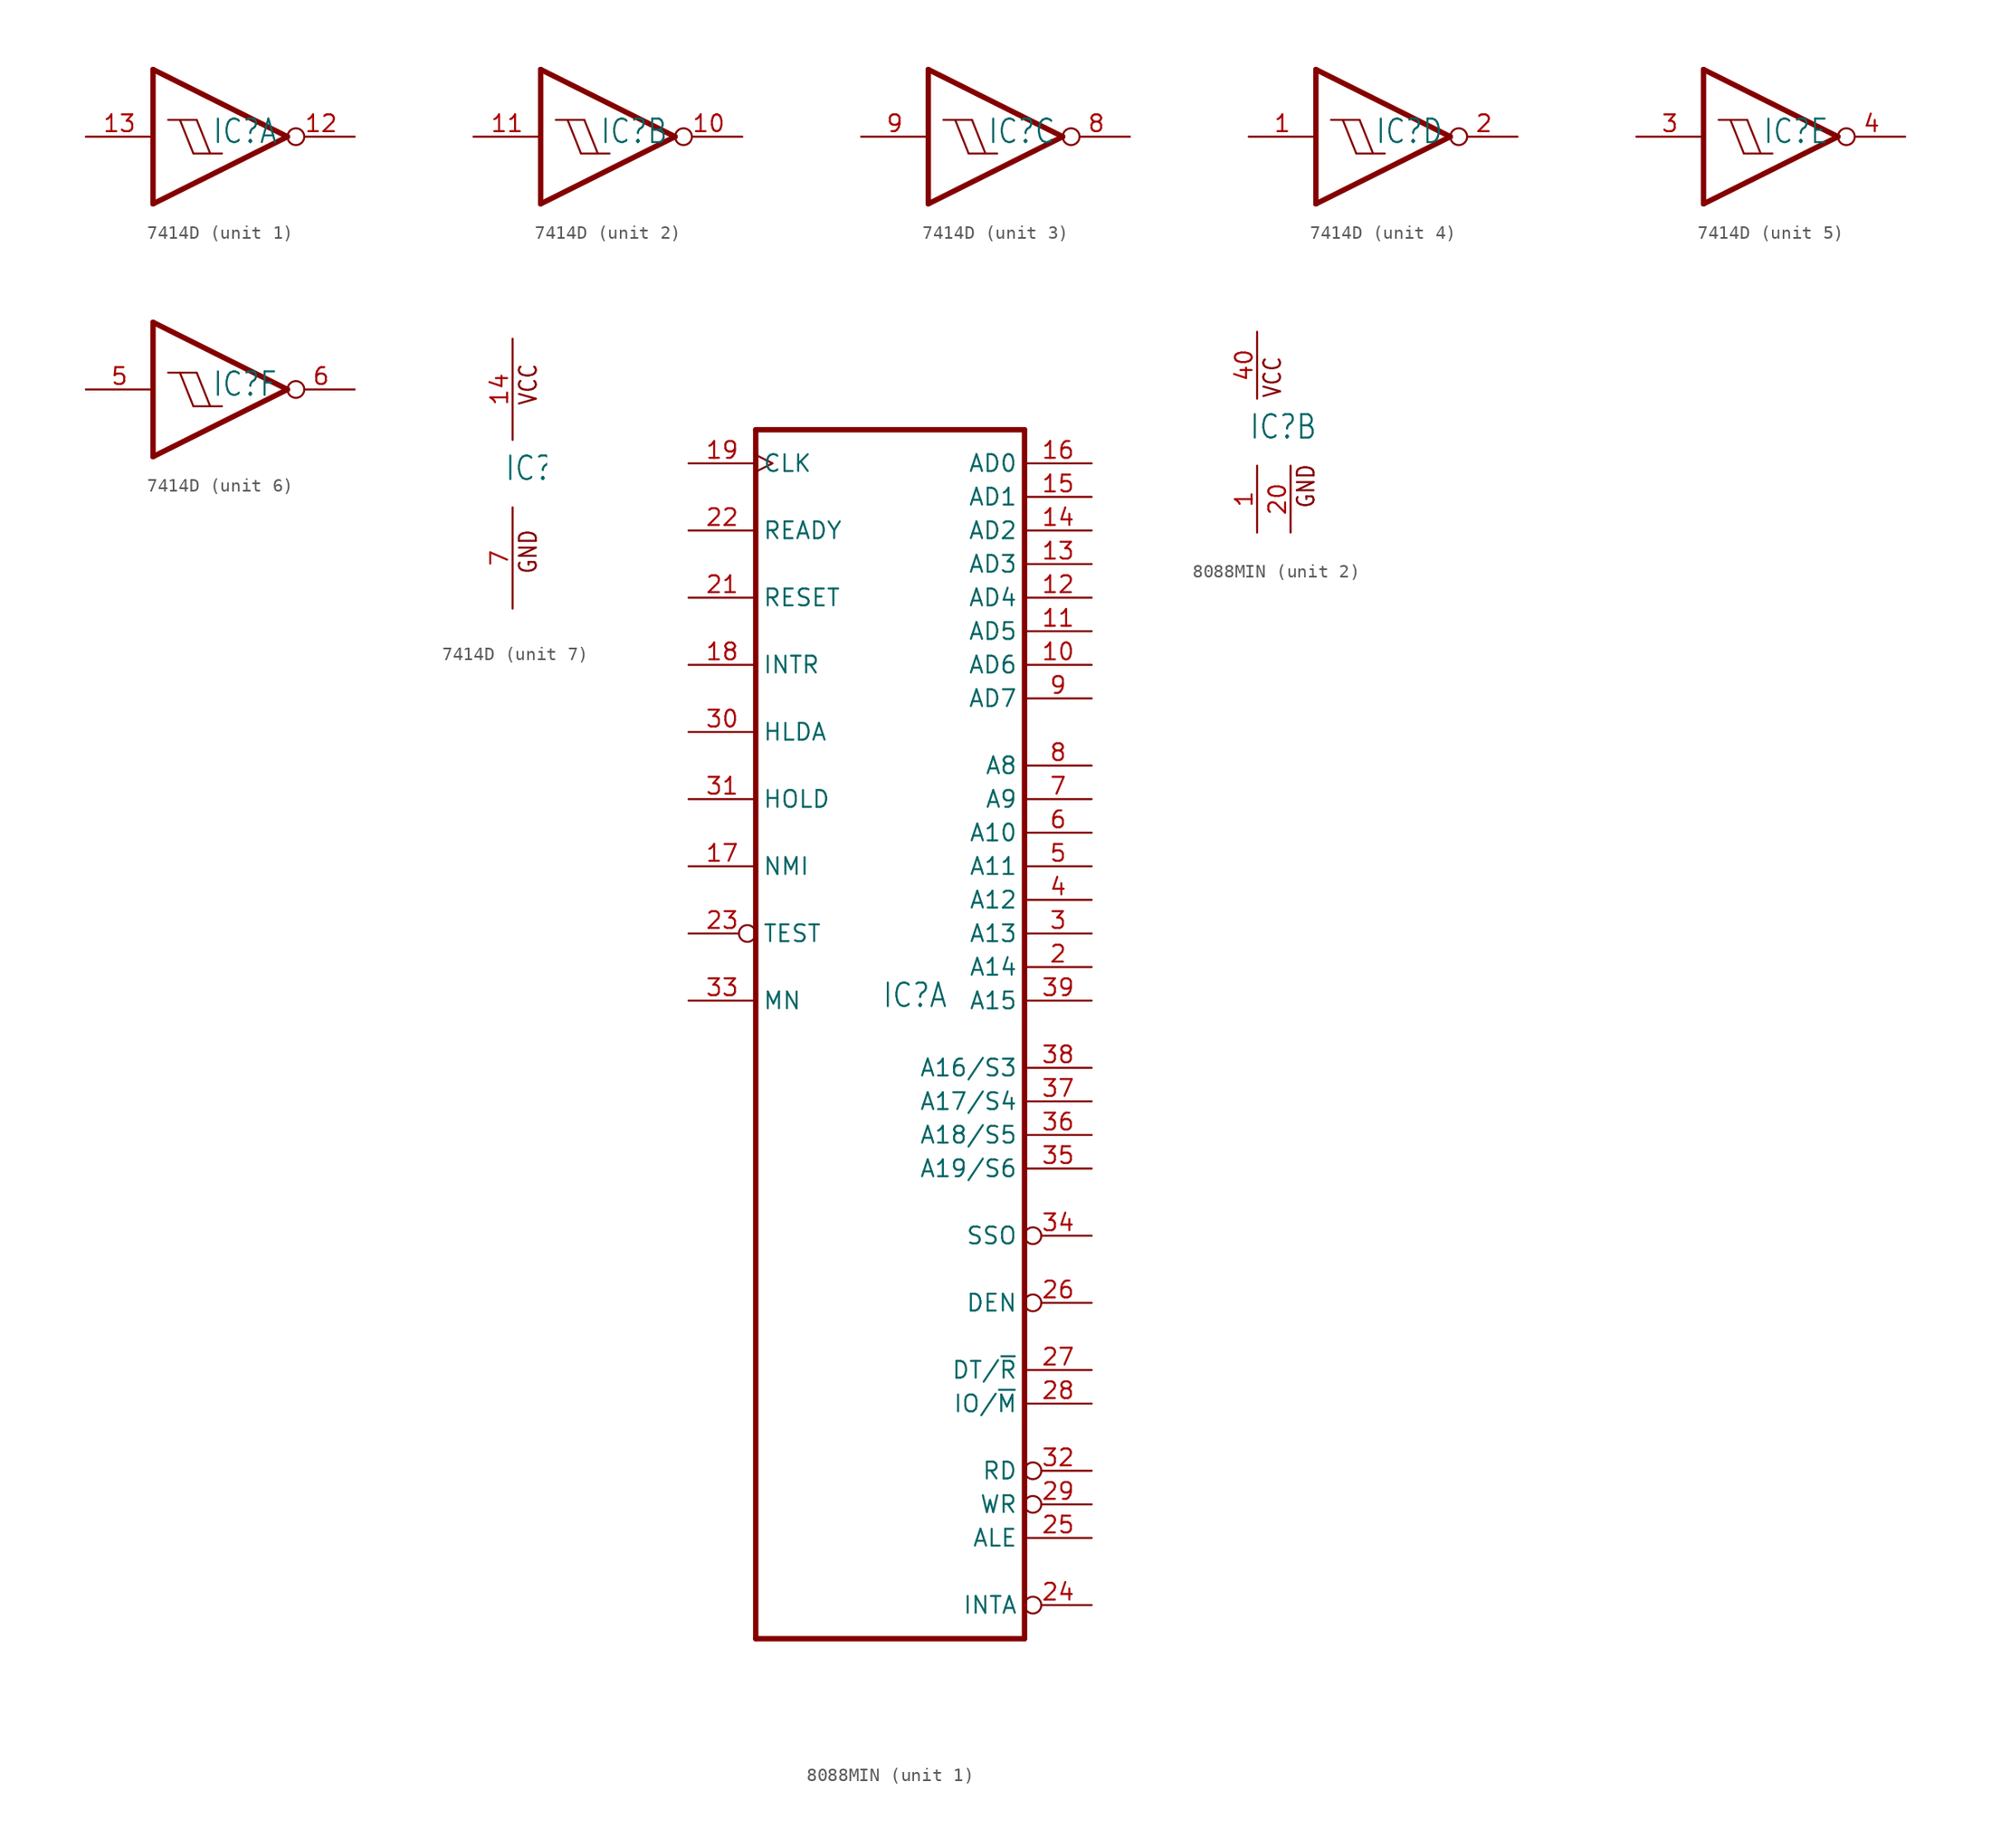
<source format=kicad_sym>
(kicad_symbol_lib
  (version 20211014)
  (generator kicad_symbol_editor)
  (symbol "7414D"
    (property "Reference" "IC"
      (at -0.635 -0.635 0)
      (effects (font (size 1.778 1.511)) (justify left bottom)))
    (property "ki_locked" ""
      (at 0 0 0)
      (effects (font (size 1.27 1.27))))
    (symbol "7414D_1_0"
      (polyline (pts (xy -5.08 -5.08) (xy -5.08 5.08)) (stroke (width 0.406) (type default) (color 0 0 0 0)) (fill (type none)))
      (polyline (pts (xy -5.08 5.08) (xy 5.08 0)) (stroke (width 0.406) (type default) (color 0 0 0 0)) (fill (type none)))
      (polyline (pts (xy -3.937 1.27) (xy -3.048 1.27)) (stroke (width 0.152) (type default) (color 0 0 0 0)) (fill (type none)))
      (polyline (pts (xy -3.048 1.27) (xy -1.778 1.27)) (stroke (width 0.152) (type default) (color 0 0 0 0)) (fill (type none)))
      (polyline (pts (xy -2.032 -1.27) (xy -3.048 1.27)) (stroke (width 0.152) (type default) (color 0 0 0 0)) (fill (type none)))
      (polyline (pts (xy -2.032 -1.27) (xy -0.762 -1.27)) (stroke (width 0.152) (type default) (color 0 0 0 0)) (fill (type none)))
      (polyline (pts (xy -0.762 -1.27) (xy -1.778 1.27)) (stroke (width 0.152) (type default) (color 0 0 0 0)) (fill (type none)))
      (polyline (pts (xy -0.762 -1.27) (xy 0.127 -1.27)) (stroke (width 0.152) (type default) (color 0 0 0 0)) (fill (type none)))
      (polyline (pts (xy 5.08 0) (xy -5.08 -5.08)) (stroke (width 0.406) (type default) (color 0 0 0 0)) (fill (type none)))
      (pin output inverted (at 10.16 0 180) (length 5.08) (name "O" (effects (font (size 0 0)))) (number "12" (effects (font (size 1.27 1.27)))))
      (pin input line (at -10.16 0 0) (length 5.08) (name "I" (effects (font (size 0 0)))) (number "13" (effects (font (size 1.27 1.27))))))
    (symbol "7414D_2_0"
      (polyline (pts (xy -5.08 -5.08) (xy -5.08 5.08)) (stroke (width 0.406) (type default) (color 0 0 0 0)) (fill (type none)))
      (polyline (pts (xy -5.08 5.08) (xy 5.08 0)) (stroke (width 0.406) (type default) (color 0 0 0 0)) (fill (type none)))
      (polyline (pts (xy -3.937 1.27) (xy -3.048 1.27)) (stroke (width 0.152) (type default) (color 0 0 0 0)) (fill (type none)))
      (polyline (pts (xy -3.048 1.27) (xy -1.778 1.27)) (stroke (width 0.152) (type default) (color 0 0 0 0)) (fill (type none)))
      (polyline (pts (xy -2.032 -1.27) (xy -3.048 1.27)) (stroke (width 0.152) (type default) (color 0 0 0 0)) (fill (type none)))
      (polyline (pts (xy -2.032 -1.27) (xy -0.762 -1.27)) (stroke (width 0.152) (type default) (color 0 0 0 0)) (fill (type none)))
      (polyline (pts (xy -0.762 -1.27) (xy -1.778 1.27)) (stroke (width 0.152) (type default) (color 0 0 0 0)) (fill (type none)))
      (polyline (pts (xy -0.762 -1.27) (xy 0.127 -1.27)) (stroke (width 0.152) (type default) (color 0 0 0 0)) (fill (type none)))
      (polyline (pts (xy 5.08 0) (xy -5.08 -5.08)) (stroke (width 0.406) (type default) (color 0 0 0 0)) (fill (type none)))
      (pin output inverted (at 10.16 0 180) (length 5.08) (name "O" (effects (font (size 0 0)))) (number "10" (effects (font (size 1.27 1.27)))))
      (pin input line (at -10.16 0 0) (length 5.08) (name "I" (effects (font (size 0 0)))) (number "11" (effects (font (size 1.27 1.27))))))
    (symbol "7414D_3_0"
      (polyline (pts (xy -5.08 -5.08) (xy -5.08 5.08)) (stroke (width 0.406) (type default) (color 0 0 0 0)) (fill (type none)))
      (polyline (pts (xy -5.08 5.08) (xy 5.08 0)) (stroke (width 0.406) (type default) (color 0 0 0 0)) (fill (type none)))
      (polyline (pts (xy -3.937 1.27) (xy -3.048 1.27)) (stroke (width 0.152) (type default) (color 0 0 0 0)) (fill (type none)))
      (polyline (pts (xy -3.048 1.27) (xy -1.778 1.27)) (stroke (width 0.152) (type default) (color 0 0 0 0)) (fill (type none)))
      (polyline (pts (xy -2.032 -1.27) (xy -3.048 1.27)) (stroke (width 0.152) (type default) (color 0 0 0 0)) (fill (type none)))
      (polyline (pts (xy -2.032 -1.27) (xy -0.762 -1.27)) (stroke (width 0.152) (type default) (color 0 0 0 0)) (fill (type none)))
      (polyline (pts (xy -0.762 -1.27) (xy -1.778 1.27)) (stroke (width 0.152) (type default) (color 0 0 0 0)) (fill (type none)))
      (polyline (pts (xy -0.762 -1.27) (xy 0.127 -1.27)) (stroke (width 0.152) (type default) (color 0 0 0 0)) (fill (type none)))
      (polyline (pts (xy 5.08 0) (xy -5.08 -5.08)) (stroke (width 0.406) (type default) (color 0 0 0 0)) (fill (type none)))
      (pin output inverted (at 10.16 0 180) (length 5.08) (name "O" (effects (font (size 0 0)))) (number "8" (effects (font (size 1.27 1.27)))))
      (pin input line (at -10.16 0 0) (length 5.08) (name "I" (effects (font (size 0 0)))) (number "9" (effects (font (size 1.27 1.27))))))
    (symbol "7414D_4_0"
      (polyline (pts (xy -5.08 -5.08) (xy -5.08 5.08)) (stroke (width 0.406) (type default) (color 0 0 0 0)) (fill (type none)))
      (polyline (pts (xy -5.08 5.08) (xy 5.08 0)) (stroke (width 0.406) (type default) (color 0 0 0 0)) (fill (type none)))
      (polyline (pts (xy -3.937 1.27) (xy -3.048 1.27)) (stroke (width 0.152) (type default) (color 0 0 0 0)) (fill (type none)))
      (polyline (pts (xy -3.048 1.27) (xy -1.778 1.27)) (stroke (width 0.152) (type default) (color 0 0 0 0)) (fill (type none)))
      (polyline (pts (xy -2.032 -1.27) (xy -3.048 1.27)) (stroke (width 0.152) (type default) (color 0 0 0 0)) (fill (type none)))
      (polyline (pts (xy -2.032 -1.27) (xy -0.762 -1.27)) (stroke (width 0.152) (type default) (color 0 0 0 0)) (fill (type none)))
      (polyline (pts (xy -0.762 -1.27) (xy -1.778 1.27)) (stroke (width 0.152) (type default) (color 0 0 0 0)) (fill (type none)))
      (polyline (pts (xy -0.762 -1.27) (xy 0.127 -1.27)) (stroke (width 0.152) (type default) (color 0 0 0 0)) (fill (type none)))
      (polyline (pts (xy 5.08 0) (xy -5.08 -5.08)) (stroke (width 0.406) (type default) (color 0 0 0 0)) (fill (type none)))
      (pin input line (at -10.16 0 0) (length 5.08) (name "I" (effects (font (size 0 0)))) (number "1" (effects (font (size 1.27 1.27)))))
      (pin output inverted (at 10.16 0 180) (length 5.08) (name "O" (effects (font (size 0 0)))) (number "2" (effects (font (size 1.27 1.27))))))
    (symbol "7414D_5_0"
      (polyline (pts (xy -5.08 -5.08) (xy -5.08 5.08)) (stroke (width 0.406) (type default) (color 0 0 0 0)) (fill (type none)))
      (polyline (pts (xy -5.08 5.08) (xy 5.08 0)) (stroke (width 0.406) (type default) (color 0 0 0 0)) (fill (type none)))
      (polyline (pts (xy -3.937 1.27) (xy -3.048 1.27)) (stroke (width 0.152) (type default) (color 0 0 0 0)) (fill (type none)))
      (polyline (pts (xy -3.048 1.27) (xy -1.778 1.27)) (stroke (width 0.152) (type default) (color 0 0 0 0)) (fill (type none)))
      (polyline (pts (xy -2.032 -1.27) (xy -3.048 1.27)) (stroke (width 0.152) (type default) (color 0 0 0 0)) (fill (type none)))
      (polyline (pts (xy -2.032 -1.27) (xy -0.762 -1.27)) (stroke (width 0.152) (type default) (color 0 0 0 0)) (fill (type none)))
      (polyline (pts (xy -0.762 -1.27) (xy -1.778 1.27)) (stroke (width 0.152) (type default) (color 0 0 0 0)) (fill (type none)))
      (polyline (pts (xy -0.762 -1.27) (xy 0.127 -1.27)) (stroke (width 0.152) (type default) (color 0 0 0 0)) (fill (type none)))
      (polyline (pts (xy 5.08 0) (xy -5.08 -5.08)) (stroke (width 0.406) (type default) (color 0 0 0 0)) (fill (type none)))
      (pin input line (at -10.16 0 0) (length 5.08) (name "I" (effects (font (size 0 0)))) (number "3" (effects (font (size 1.27 1.27)))))
      (pin output inverted (at 10.16 0 180) (length 5.08) (name "O" (effects (font (size 0 0)))) (number "4" (effects (font (size 1.27 1.27))))))
    (symbol "7414D_6_0"
      (polyline (pts (xy -5.08 -5.08) (xy -5.08 5.08)) (stroke (width 0.406) (type default) (color 0 0 0 0)) (fill (type none)))
      (polyline (pts (xy -5.08 5.08) (xy 5.08 0)) (stroke (width 0.406) (type default) (color 0 0 0 0)) (fill (type none)))
      (polyline (pts (xy -3.937 1.27) (xy -3.048 1.27)) (stroke (width 0.152) (type default) (color 0 0 0 0)) (fill (type none)))
      (polyline (pts (xy -3.048 1.27) (xy -1.778 1.27)) (stroke (width 0.152) (type default) (color 0 0 0 0)) (fill (type none)))
      (polyline (pts (xy -2.032 -1.27) (xy -3.048 1.27)) (stroke (width 0.152) (type default) (color 0 0 0 0)) (fill (type none)))
      (polyline (pts (xy -2.032 -1.27) (xy -0.762 -1.27)) (stroke (width 0.152) (type default) (color 0 0 0 0)) (fill (type none)))
      (polyline (pts (xy -0.762 -1.27) (xy -1.778 1.27)) (stroke (width 0.152) (type default) (color 0 0 0 0)) (fill (type none)))
      (polyline (pts (xy -0.762 -1.27) (xy 0.127 -1.27)) (stroke (width 0.152) (type default) (color 0 0 0 0)) (fill (type none)))
      (polyline (pts (xy 5.08 0) (xy -5.08 -5.08)) (stroke (width 0.406) (type default) (color 0 0 0 0)) (fill (type none)))
      (pin input line (at -10.16 0 0) (length 5.08) (name "I" (effects (font (size 0 0)))) (number "5" (effects (font (size 1.27 1.27)))))
      (pin output inverted (at 10.16 0 180) (length 5.08) (name "O" (effects (font (size 0 0)))) (number "6" (effects (font (size 1.27 1.27))))))
    (symbol "7414D_7_0"
      (text "GND" (at 1.905 -7.62 900) (effects (font (size 1.27 1.079)) (justify left bottom)))
      (text "VCC" (at 1.905 5.08 900) (effects (font (size 1.27 1.079)) (justify left bottom)))
      (pin power_in line (at 0 10.16 270) (length 7.62) (name "VCC" (effects (font (size 0 0)))) (number "14" (effects (font (size 1.27 1.27)))))
      (pin power_in line (at 0 -10.16 90) (length 7.62) (name "GND" (effects (font (size 0 0)))) (number "7" (effects (font (size 1.27 1.27)))))))
  (symbol "8088MIN"
    (property "Reference" "IC"
      (at -0.635 -0.635 0)
      (effects (font (size 1.778 1.511)) (justify left bottom)))
    (property "ki_locked" ""
      (at 0 0 0)
      (effects (font (size 1.27 1.27))))
    (symbol "8088MIN_1_0"
      (polyline (pts (xy -10.16 -48.26) (xy 10.16 -48.26)) (stroke (width 0.406) (type default) (color 0 0 0 0)) (fill (type none)))
      (polyline (pts (xy -10.16 43.18) (xy -10.16 -48.26)) (stroke (width 0.406) (type default) (color 0 0 0 0)) (fill (type none)))
      (polyline (pts (xy 10.16 -48.26) (xy 10.16 43.18)) (stroke (width 0.406) (type default) (color 0 0 0 0)) (fill (type none)))
      (polyline (pts (xy 10.16 43.18) (xy -10.16 43.18)) (stroke (width 0.406) (type default) (color 0 0 0 0)) (fill (type none)))
      (pin bidirectional line (at 15.24 25.4 180) (length 5.08) (name "AD6" (effects (font (size 1.27 1.27)))) (number "10" (effects (font (size 1.27 1.27)))))
      (pin bidirectional line (at 15.24 27.94 180) (length 5.08) (name "AD5" (effects (font (size 1.27 1.27)))) (number "11" (effects (font (size 1.27 1.27)))))
      (pin bidirectional line (at 15.24 30.48 180) (length 5.08) (name "AD4" (effects (font (size 1.27 1.27)))) (number "12" (effects (font (size 1.27 1.27)))))
      (pin bidirectional line (at 15.24 33.02 180) (length 5.08) (name "AD3" (effects (font (size 1.27 1.27)))) (number "13" (effects (font (size 1.27 1.27)))))
      (pin bidirectional line (at 15.24 35.56 180) (length 5.08) (name "AD2" (effects (font (size 1.27 1.27)))) (number "14" (effects (font (size 1.27 1.27)))))
      (pin bidirectional line (at 15.24 38.1 180) (length 5.08) (name "AD1" (effects (font (size 1.27 1.27)))) (number "15" (effects (font (size 1.27 1.27)))))
      (pin bidirectional line (at 15.24 40.64 180) (length 5.08) (name "AD0" (effects (font (size 1.27 1.27)))) (number "16" (effects (font (size 1.27 1.27)))))
      (pin input line (at -15.24 10.16 0) (length 5.08) (name "NMI" (effects (font (size 1.27 1.27)))) (number "17" (effects (font (size 1.27 1.27)))))
      (pin input line (at -15.24 25.4 0) (length 5.08) (name "INTR" (effects (font (size 1.27 1.27)))) (number "18" (effects (font (size 1.27 1.27)))))
      (pin input clock (at -15.24 40.64 0) (length 5.08) (name "CLK" (effects (font (size 1.27 1.27)))) (number "19" (effects (font (size 1.27 1.27)))))
      (pin bidirectional line (at 15.24 2.54 180) (length 5.08) (name "A14" (effects (font (size 1.27 1.27)))) (number "2" (effects (font (size 1.27 1.27)))))
      (pin input line (at -15.24 30.48 0) (length 5.08) (name "RESET" (effects (font (size 1.27 1.27)))) (number "21" (effects (font (size 1.27 1.27)))))
      (pin input line (at -15.24 35.56 0) (length 5.08) (name "READY" (effects (font (size 1.27 1.27)))) (number "22" (effects (font (size 1.27 1.27)))))
      (pin input inverted (at -15.24 5.08 0) (length 5.08) (name "TEST" (effects (font (size 1.27 1.27)))) (number "23" (effects (font (size 1.27 1.27)))))
      (pin output inverted (at 15.24 -45.72 180) (length 5.08) (name "INTA" (effects (font (size 1.27 1.27)))) (number "24" (effects (font (size 1.27 1.27)))))
      (pin output line (at 15.24 -40.64 180) (length 5.08) (name "ALE" (effects (font (size 1.27 1.27)))) (number "25" (effects (font (size 1.27 1.27)))))
      (pin output inverted (at 15.24 -22.86 180) (length 5.08) (name "DEN" (effects (font (size 1.27 1.27)))) (number "26" (effects (font (size 1.27 1.27)))))
      (pin output line (at 15.24 -27.94 180) (length 5.08) (name "DT/~{R}" (effects (font (size 1.27 1.27)))) (number "27" (effects (font (size 1.27 1.27)))))
      (pin output line (at 15.24 -30.48 180) (length 5.08) (name "IO/~{M}" (effects (font (size 1.27 1.27)))) (number "28" (effects (font (size 1.27 1.27)))))
      (pin output inverted (at 15.24 -38.1 180) (length 5.08) (name "WR" (effects (font (size 1.27 1.27)))) (number "29" (effects (font (size 1.27 1.27)))))
      (pin bidirectional line (at 15.24 5.08 180) (length 5.08) (name "A13" (effects (font (size 1.27 1.27)))) (number "3" (effects (font (size 1.27 1.27)))))
      (pin output line (at -15.24 20.32 0) (length 5.08) (name "HLDA" (effects (font (size 1.27 1.27)))) (number "30" (effects (font (size 1.27 1.27)))))
      (pin input line (at -15.24 15.24 0) (length 5.08) (name "HOLD" (effects (font (size 1.27 1.27)))) (number "31" (effects (font (size 1.27 1.27)))))
      (pin output inverted (at 15.24 -35.56 180) (length 5.08) (name "RD" (effects (font (size 1.27 1.27)))) (number "32" (effects (font (size 1.27 1.27)))))
      (pin input line (at -15.24 0 0) (length 5.08) (name "MN" (effects (font (size 1.27 1.27)))) (number "33" (effects (font (size 1.27 1.27)))))
      (pin output inverted (at 15.24 -17.78 180) (length 5.08) (name "SSO" (effects (font (size 1.27 1.27)))) (number "34" (effects (font (size 1.27 1.27)))))
      (pin output line (at 15.24 -12.7 180) (length 5.08) (name "A19/S6" (effects (font (size 1.27 1.27)))) (number "35" (effects (font (size 1.27 1.27)))))
      (pin output line (at 15.24 -10.16 180) (length 5.08) (name "A18/S5" (effects (font (size 1.27 1.27)))) (number "36" (effects (font (size 1.27 1.27)))))
      (pin output line (at 15.24 -7.62 180) (length 5.08) (name "A17/S4" (effects (font (size 1.27 1.27)))) (number "37" (effects (font (size 1.27 1.27)))))
      (pin output line (at 15.24 -5.08 180) (length 5.08) (name "A16/S3" (effects (font (size 1.27 1.27)))) (number "38" (effects (font (size 1.27 1.27)))))
      (pin bidirectional line (at 15.24 0 180) (length 5.08) (name "A15" (effects (font (size 1.27 1.27)))) (number "39" (effects (font (size 1.27 1.27)))))
      (pin bidirectional line (at 15.24 7.62 180) (length 5.08) (name "A12" (effects (font (size 1.27 1.27)))) (number "4" (effects (font (size 1.27 1.27)))))
      (pin bidirectional line (at 15.24 10.16 180) (length 5.08) (name "A11" (effects (font (size 1.27 1.27)))) (number "5" (effects (font (size 1.27 1.27)))))
      (pin bidirectional line (at 15.24 12.7 180) (length 5.08) (name "A10" (effects (font (size 1.27 1.27)))) (number "6" (effects (font (size 1.27 1.27)))))
      (pin bidirectional line (at 15.24 15.24 180) (length 5.08) (name "A9" (effects (font (size 1.27 1.27)))) (number "7" (effects (font (size 1.27 1.27)))))
      (pin bidirectional line (at 15.24 17.78 180) (length 5.08) (name "A8" (effects (font (size 1.27 1.27)))) (number "8" (effects (font (size 1.27 1.27)))))
      (pin bidirectional line (at 15.24 22.86 180) (length 5.08) (name "AD7" (effects (font (size 1.27 1.27)))) (number "9" (effects (font (size 1.27 1.27))))))
    (symbol "8088MIN_2_0"
      (text "GND" (at 4.445 -5.842 900) (effects (font (size 1.27 1.079)) (justify left bottom)))
      (text "VCC" (at 1.905 2.54 900) (effects (font (size 1.27 1.079)) (justify left bottom)))
      (pin power_in line (at 0 -7.62 90) (length 5.08) (name "GND@1" (effects (font (size 0 0)))) (number "1" (effects (font (size 1.27 1.27)))))
      (pin power_in line (at 2.54 -7.62 90) (length 5.08) (name "GND@2" (effects (font (size 0 0)))) (number "20" (effects (font (size 1.27 1.27)))))
      (pin power_in line (at 0 7.62 270) (length 5.08) (name "VCC" (effects (font (size 0 0)))) (number "40" (effects (font (size 1.27 1.27))))))))
</source>
